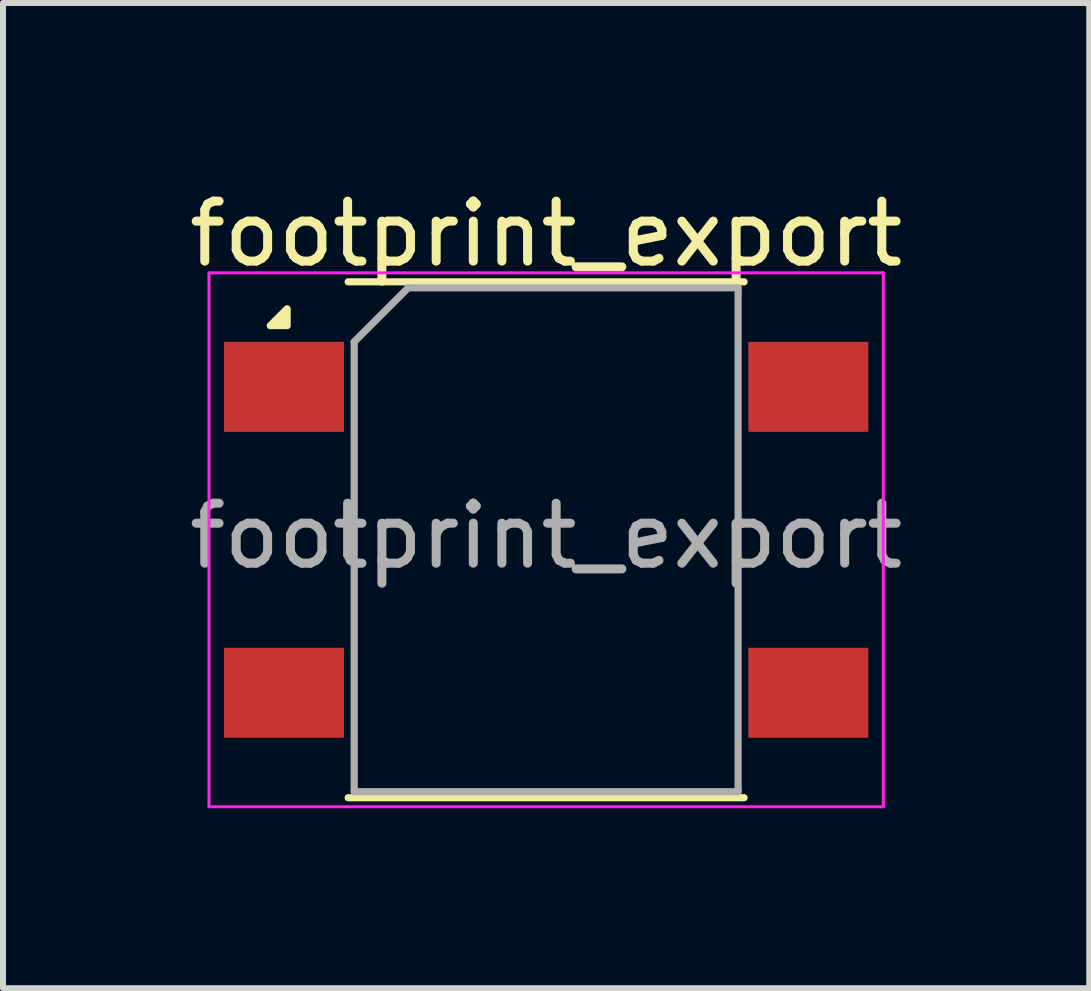
<source format=kicad_pcb>
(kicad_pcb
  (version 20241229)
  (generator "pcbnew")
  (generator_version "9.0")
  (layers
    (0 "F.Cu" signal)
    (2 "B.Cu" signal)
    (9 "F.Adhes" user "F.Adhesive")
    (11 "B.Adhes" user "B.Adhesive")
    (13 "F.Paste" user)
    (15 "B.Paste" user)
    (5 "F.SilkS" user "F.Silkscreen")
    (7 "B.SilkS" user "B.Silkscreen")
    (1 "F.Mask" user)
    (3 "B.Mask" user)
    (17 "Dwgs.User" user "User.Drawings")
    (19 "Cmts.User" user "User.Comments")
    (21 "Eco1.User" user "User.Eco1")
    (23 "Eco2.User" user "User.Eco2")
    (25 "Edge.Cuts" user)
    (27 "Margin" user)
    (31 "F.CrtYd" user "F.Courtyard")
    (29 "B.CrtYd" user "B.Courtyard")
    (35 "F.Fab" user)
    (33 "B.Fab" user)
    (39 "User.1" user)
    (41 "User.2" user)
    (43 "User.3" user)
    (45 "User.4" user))
  (footprint "footprint_export"
    (layer "F.Cu")
    (at 6.054 5.948)
    (property "Reference" "footprint_export" (at 0 -5.1 0) (layer "F.SilkS") (effects (font (size 1 1) (thickness 0.15))))
    (attr smd)
    (fp_line (start -3.3 -4.3) (end 3.3 -4.3) (stroke (width 0.12) (type solid)) (layer "F.SilkS"))
    (fp_line (start -3.3 4.3) (end 3.3 4.3) (stroke (width 0.12) (type solid)) (layer "F.SilkS"))
    (fp_poly (pts (xy -4.318 -3.57) (xy -4.598 -3.57) (xy -4.318 -3.85) (xy -4.318 -3.57)) (stroke (width 0.12) (type solid)) (fill yes) (layer "F.SilkS"))
    (fp_line (start -5.62 -4.45) (end -5.62 4.45) (stroke (width 0.05) (type solid)) (layer "F.CrtYd"))
    (fp_line (start -5.62 -4.45) (end 5.62 -4.45) (stroke (width 0.05) (type solid)) (layer "F.CrtYd"))
    (fp_line (start 5.62 4.45) (end -5.62 4.45) (stroke (width 0.05) (type solid)) (layer "F.CrtYd"))
    (fp_line (start 5.62 4.45) (end 5.62 -4.45) (stroke (width 0.05) (type solid)) (layer "F.CrtYd"))
    (fp_line (start -3.2 -3.3) (end -2.3 -4.2) (stroke (width 0.12) (type solid)) (layer "F.Fab"))
    (fp_line (start -3.2 4.2) (end -3.2 -3.3) (stroke (width 0.12) (type solid)) (layer "F.Fab"))
    (fp_line (start -2.3 -4.2) (end 3.2 -4.2) (stroke (width 0.12) (type solid)) (layer "F.Fab"))
    (fp_line (start 3.2 -4.2) (end 3.2 4.2) (stroke (width 0.12) (type solid)) (layer "F.Fab"))
    (fp_line (start 3.2 4.2) (end -3.2 4.2) (stroke (width 0.12) (type solid)) (layer "F.Fab"))
    (fp_text user "${REFERENCE}" (at 0 -0.065 0) (layer "F.Fab") (effects (font (size 1 1) (thickness 0.15))))
    (pad "1" smd rect (at -4.37 -2.55) (size 2 1.5) (layers "F.Cu" "F.Mask" "F.Paste"))
    (pad "2" smd rect (at -4.37 2.55) (size 2 1.5) (layers "F.Cu" "F.Mask" "F.Paste"))
    (pad "3" smd rect (at 4.37 2.55) (size 2 1.5) (layers "F.Cu" "F.Mask" "F.Paste"))
    (pad "4" smd rect (at 4.37 -2.55) (size 2 1.5) (layers "F.Cu" "F.Mask" "F.Paste")))
  (gr_rect
    (start -3 -3)
    (end 15.107 13.423)
    (stroke (width 0.1) (type default))
    (fill no)
    (layer "Edge.Cuts")))
</source>
